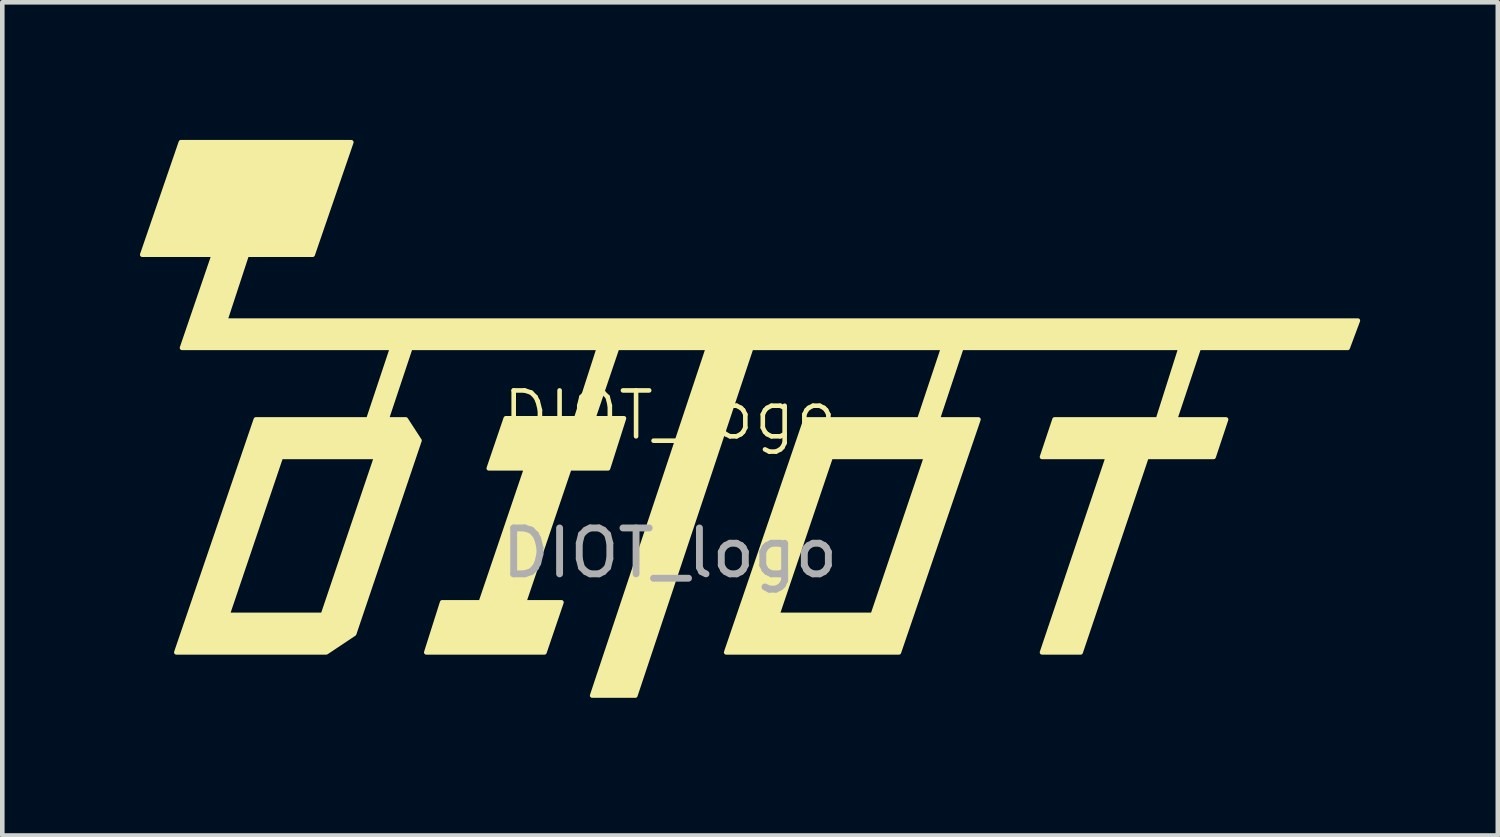
<source format=kicad_pcb>
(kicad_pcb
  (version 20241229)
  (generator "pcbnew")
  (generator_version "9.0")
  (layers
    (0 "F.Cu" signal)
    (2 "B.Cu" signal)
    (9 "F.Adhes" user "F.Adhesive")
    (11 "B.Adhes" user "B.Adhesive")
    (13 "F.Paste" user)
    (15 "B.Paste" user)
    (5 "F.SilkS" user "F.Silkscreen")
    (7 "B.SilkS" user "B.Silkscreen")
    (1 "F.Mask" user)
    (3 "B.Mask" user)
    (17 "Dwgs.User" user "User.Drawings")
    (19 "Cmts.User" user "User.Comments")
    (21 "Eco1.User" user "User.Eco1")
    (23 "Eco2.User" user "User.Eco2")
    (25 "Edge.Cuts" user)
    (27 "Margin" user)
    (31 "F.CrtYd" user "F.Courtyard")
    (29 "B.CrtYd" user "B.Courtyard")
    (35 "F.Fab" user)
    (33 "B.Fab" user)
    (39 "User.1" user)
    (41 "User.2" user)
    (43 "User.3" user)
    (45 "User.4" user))
  (footprint "DIOT_logo"
    (layer "F.Cu")
    (at 11.55 6.501)
    (property "Reference" "DIOT_logo" (at 0 -0.5 0) (unlocked yes) (layer "F.SilkS") (effects (font (size 1 1) (thickness 0.1))))
    (attr smd board_only exclude_from_pos_files exclude_from_bom)
    (fp_poly (pts (xy -10.658 -6.451) (xy -6.944 -6.451) (xy -7.786 -4) (xy -9.222 -4) (xy -9.693 -2.564) (xy 14.992 -2.564) (xy 14.77 -1.97) (xy 11.526 -1.97) (xy 11.006 -0.41) (xy 12.12 -0.41) (xy 11.848 0.407) (xy 10.387 0.407) (xy 8.951 4.666) (xy 8.109 4.666) (xy 9.545 0.407) (xy 8.109 0.407) (xy 8.382 -0.41) (xy 10.635 -0.41) (xy 11.13 -1.97) (xy 6.351 -1.97) (xy 5.832 -0.41) (xy 6.723 -0.41) (xy 4.99 4.666) (xy 3.5 4.666) (xy 3.38 3.849) (xy 4.42 3.849) (xy 5.584 0.407) (xy 3.504 0.407) (xy 2.34 3.849) (xy 3.38 3.849) (xy 3.5 4.666) (xy 1.226 4.666) (xy 2.959 -0.41) (xy 5.435 -0.41) (xy 5.955 -1.97) (xy 1.771 -1.97) (xy -0.754 5.607) (xy -1.695 5.607) (xy 0.83 -1.97) (xy -1.151 -1.97) (xy -1.671 -0.435) (xy -1.002 -0.435) (xy -1.349 0.655) (xy -2.191 0.655) (xy -3.181 3.576) (xy -2.364 3.576) (xy -2.735 4.666) (xy -5.31 4.666) (xy -4.964 3.576) (xy -4.122 3.576) (xy -3.131 0.655) (xy -3.948 0.655) (xy -3.577 -0.435) (xy -2.042 -0.435) (xy -1.547 -1.97) (xy -5.657 -1.97) (xy -6.177 -0.41) (xy -5.756 -0.41) (xy -5.458 0.049) (xy -6.882 4.261) (xy -7.489 4.666) (xy -8.5 4.666) (xy -8.5 3.849) (xy -7.563 3.849) (xy -6.945 2.019) (xy -6.4 0.407) (xy -8.479 0.407) (xy -9.643 3.849) (xy -8.5 3.849) (xy -8.5 4.666) (xy -10.757 4.666) (xy -9.024 -0.41) (xy -6.573 -0.41) (xy -6.053 -1.97) (xy -10.633 -1.97) (xy -9.94 -4) (xy -11.5 -4)) (stroke (width 0.1) (type solid)) (fill yes) (layer "F.SilkS"))
    (fp_text user "${REFERENCE}" (at 0 2.5 0) (unlocked yes) (layer "F.Fab") (effects (font (size 1 1) (thickness 0.15)))))
  (gr_rect
    (start -3 -3)
    (end 29.592 15.158)
    (stroke (width 0.1) (type default))
    (fill no)
    (layer "Edge.Cuts")))
</source>
